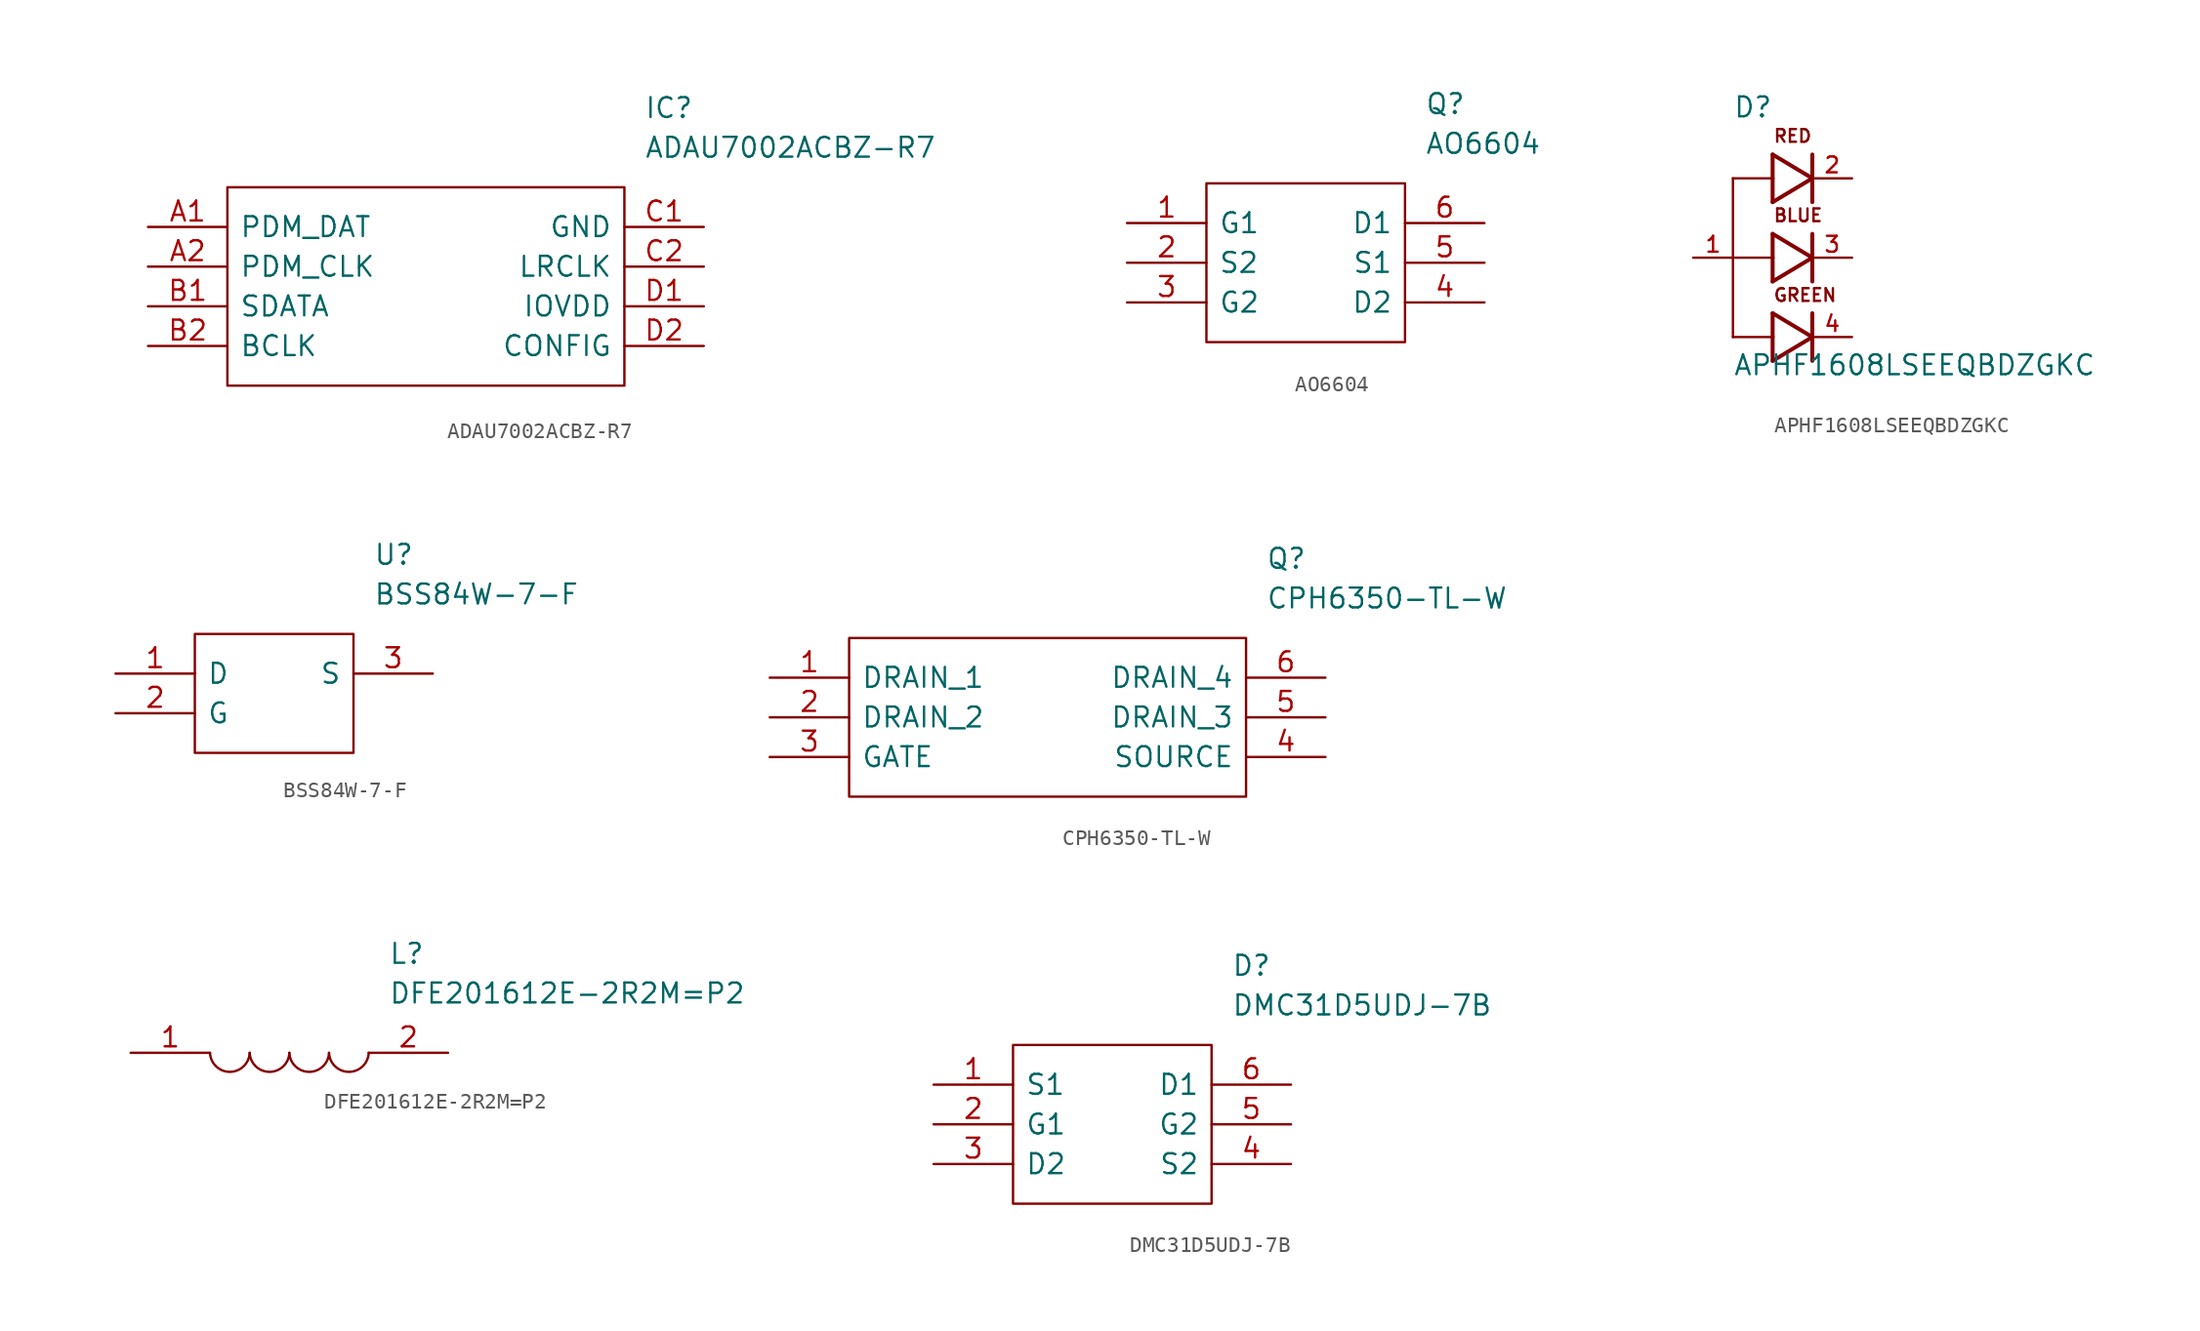
<source format=kicad_sym>
(kicad_symbol_lib
  (version 20211014)
  (generator kicad_symbol_editor)
  (symbol "ADAU7002ACBZ-R7"
    (pin_names
      (offset 0.762))
    (property "Reference" "IC"
      (at 31.75 7.62 0)
      (effects (font (size 1.27 1.27)) (justify left)))
    (property "Value" "ADAU7002ACBZ-R7"
      (at 31.75 5.08 0)
      (effects (font (size 1.27 1.27)) (justify left)))
    (symbol "ADAU7002ACBZ-R7_0_0"
      (pin input line (at 0 0 0) (length 5.08) (name "PDM_DAT" (effects (font (size 1.27 1.27)))) (number "A1" (effects (font (size 1.27 1.27)))))
      (pin output line (at 0 -2.54 0) (length 5.08) (name "PDM_CLK" (effects (font (size 1.27 1.27)))) (number "A2" (effects (font (size 1.27 1.27)))))
      (pin output line (at 0 -5.08 0) (length 5.08) (name "SDATA" (effects (font (size 1.27 1.27)))) (number "B1" (effects (font (size 1.27 1.27)))))
      (pin input line (at 0 -7.62 0) (length 5.08) (name "BCLK" (effects (font (size 1.27 1.27)))) (number "B2" (effects (font (size 1.27 1.27)))))
      (pin power_in line (at 35.56 0 180) (length 5.08) (name "GND" (effects (font (size 1.27 1.27)))) (number "C1" (effects (font (size 1.27 1.27)))))
      (pin input line (at 35.56 -2.54 180) (length 5.08) (name "LRCLK" (effects (font (size 1.27 1.27)))) (number "C2" (effects (font (size 1.27 1.27)))))
      (pin power_in line (at 35.56 -5.08 180) (length 5.08) (name "IOVDD" (effects (font (size 1.27 1.27)))) (number "D1" (effects (font (size 1.27 1.27)))))
      (pin input line (at 35.56 -7.62 180) (length 5.08) (name "CONFIG" (effects (font (size 1.27 1.27)))) (number "D2" (effects (font (size 1.27 1.27))))))
    (symbol "ADAU7002ACBZ-R7_0_1"
      (polyline (pts (xy 5.08 2.54) (xy 30.48 2.54) (xy 30.48 -10.16) (xy 5.08 -10.16) (xy 5.08 2.54)) (stroke (width 0.152) (type default) (color 0 0 0 0)) (fill (type none)))))
  (symbol "AO6604"
    (pin_names
      (offset 0.762))
    (property "Reference" "Q"
      (at 19.05 7.62 0)
      (effects (font (size 1.27 1.27)) (justify left)))
    (property "Value" "AO6604"
      (at 19.05 5.08 0)
      (effects (font (size 1.27 1.27)) (justify left)))
    (symbol "AO6604_0_0"
      (pin passive line (at 0 0 0) (length 5.08) (name "G1" (effects (font (size 1.27 1.27)))) (number "1" (effects (font (size 1.27 1.27)))))
      (pin passive line (at 0 -2.54 0) (length 5.08) (name "S2" (effects (font (size 1.27 1.27)))) (number "2" (effects (font (size 1.27 1.27)))))
      (pin passive line (at 0 -5.08 0) (length 5.08) (name "G2" (effects (font (size 1.27 1.27)))) (number "3" (effects (font (size 1.27 1.27)))))
      (pin passive line (at 22.86 -5.08 180) (length 5.08) (name "D2" (effects (font (size 1.27 1.27)))) (number "4" (effects (font (size 1.27 1.27)))))
      (pin passive line (at 22.86 -2.54 180) (length 5.08) (name "S1" (effects (font (size 1.27 1.27)))) (number "5" (effects (font (size 1.27 1.27)))))
      (pin passive line (at 22.86 0 180) (length 5.08) (name "D1" (effects (font (size 1.27 1.27)))) (number "6" (effects (font (size 1.27 1.27))))))
    (symbol "AO6604_0_1"
      (polyline (pts (xy 5.08 2.54) (xy 17.78 2.54) (xy 17.78 -7.62) (xy 5.08 -7.62) (xy 5.08 2.54)) (stroke (width 0.152) (type default) (color 0 0 0 0)) (fill (type none)))))
  (symbol "APHF1608LSEEQBDZGKC"
    (pin_names
      (offset 1.016) hide)
    (property "Reference" "D"
      (at -2.54 8.89 0)
      (effects (font (size 1.27 1.27)) (justify left bottom)))
    (property "Value" "APHF1608LSEEQBDZGKC"
      (at -2.54 -7.62 0)
      (effects (font (size 1.27 1.27)) (justify left bottom)))
    (property "ki_locked" ""
      (at 0 0 0)
      (effects (font (size 1.27 1.27))))
    (symbol "APHF1608LSEEQBDZGKC_0_0"
      (polyline (pts (xy -2.54 -5.08) (xy -2.54 0)) (stroke (width 0.152) (type default) (color 0 0 0 0)) (fill (type none)))
      (polyline (pts (xy -2.54 0) (xy -2.54 5.08)) (stroke (width 0.152) (type default) (color 0 0 0 0)) (fill (type none)))
      (polyline (pts (xy -2.54 0) (xy 0 0)) (stroke (width 0.152) (type default) (color 0 0 0 0)) (fill (type none)))
      (polyline (pts (xy -2.54 5.08) (xy 0 5.08)) (stroke (width 0.152) (type default) (color 0 0 0 0)) (fill (type none)))
      (polyline (pts (xy 0 -6.604) (xy 0 -5.08)) (stroke (width 0.254) (type default) (color 0 0 0 0)) (fill (type none)))
      (polyline (pts (xy 0 -5.08) (xy -2.54 -5.08)) (stroke (width 0.152) (type default) (color 0 0 0 0)) (fill (type none)))
      (polyline (pts (xy 0 -5.08) (xy 0 -3.556)) (stroke (width 0.254) (type default) (color 0 0 0 0)) (fill (type none)))
      (polyline (pts (xy 0 -3.556) (xy 2.54 -5.08)) (stroke (width 0.254) (type default) (color 0 0 0 0)) (fill (type none)))
      (polyline (pts (xy 0 -1.524) (xy 0 0)) (stroke (width 0.254) (type default) (color 0 0 0 0)) (fill (type none)))
      (polyline (pts (xy 0 0) (xy 0 1.524)) (stroke (width 0.254) (type default) (color 0 0 0 0)) (fill (type none)))
      (polyline (pts (xy 0 1.524) (xy 2.54 0)) (stroke (width 0.254) (type default) (color 0 0 0 0)) (fill (type none)))
      (polyline (pts (xy 0 3.556) (xy 0 5.08)) (stroke (width 0.254) (type default) (color 0 0 0 0)) (fill (type none)))
      (polyline (pts (xy 0 5.08) (xy 0 6.604)) (stroke (width 0.254) (type default) (color 0 0 0 0)) (fill (type none)))
      (polyline (pts (xy 0 6.604) (xy 2.54 5.08)) (stroke (width 0.254) (type default) (color 0 0 0 0)) (fill (type none)))
      (polyline (pts (xy 2.54 -6.604) (xy 2.54 -3.556)) (stroke (width 0.254) (type default) (color 0 0 0 0)) (fill (type none)))
      (polyline (pts (xy 2.54 -5.08) (xy 0 -6.604)) (stroke (width 0.254) (type default) (color 0 0 0 0)) (fill (type none)))
      (polyline (pts (xy 2.54 -1.524) (xy 2.54 1.524)) (stroke (width 0.254) (type default) (color 0 0 0 0)) (fill (type none)))
      (polyline (pts (xy 2.54 0) (xy 0 -1.524)) (stroke (width 0.254) (type default) (color 0 0 0 0)) (fill (type none)))
      (polyline (pts (xy 2.54 3.556) (xy 2.54 6.604)) (stroke (width 0.254) (type default) (color 0 0 0 0)) (fill (type none)))
      (polyline (pts (xy 2.54 5.08) (xy 0 3.556)) (stroke (width 0.254) (type default) (color 0 0 0 0)) (fill (type none)))
      (text "BLUE" (at 0 2.235 0) (effects (font (size 0.813 0.813)) (justify left bottom)))
      (text "GREEN" (at 0 -2.87 0) (effects (font (size 0.813 0.813)) (justify left bottom)))
      (text "RED" (at 0 7.315 0) (effects (font (size 0.813 0.813)) (justify left bottom)))
      (pin passive line (at -5.08 0 0) (length 2.54) (name "~" (effects (font (size 1.016 1.016)))) (number "1" (effects (font (size 1.016 1.016)))))
      (pin passive line (at 5.08 5.08 180) (length 2.54) (name "~" (effects (font (size 1.016 1.016)))) (number "2" (effects (font (size 1.016 1.016)))))
      (pin passive line (at 5.08 0 180) (length 2.54) (name "~" (effects (font (size 1.016 1.016)))) (number "3" (effects (font (size 1.016 1.016)))))
      (pin passive line (at 5.08 -5.08 180) (length 2.54) (name "~" (effects (font (size 1.016 1.016)))) (number "4" (effects (font (size 1.016 1.016)))))))
  (symbol "BSS84W-7-F"
    (pin_names
      (offset 0.762))
    (property "Reference" "U"
      (at 16.51 7.62 0)
      (effects (font (size 1.27 1.27)) (justify left)))
    (property "Value" "BSS84W-7-F"
      (at 16.51 5.08 0)
      (effects (font (size 1.27 1.27)) (justify left)))
    (symbol "BSS84W-7-F_0_0"
      (pin passive line (at 0 0 0) (length 5.08) (name "D" (effects (font (size 1.27 1.27)))) (number "1" (effects (font (size 1.27 1.27)))))
      (pin passive line (at 0 -2.54 0) (length 5.08) (name "G" (effects (font (size 1.27 1.27)))) (number "2" (effects (font (size 1.27 1.27)))))
      (pin passive line (at 20.32 0 180) (length 5.08) (name "S" (effects (font (size 1.27 1.27)))) (number "3" (effects (font (size 1.27 1.27))))))
    (symbol "BSS84W-7-F_0_1"
      (polyline (pts (xy 5.08 2.54) (xy 15.24 2.54) (xy 15.24 -5.08) (xy 5.08 -5.08) (xy 5.08 2.54)) (stroke (width 0.152) (type default) (color 0 0 0 0)) (fill (type none)))))
  (symbol "CPH6350-TL-W"
    (pin_names
      (offset 0.762))
    (property "Reference" "Q"
      (at 31.75 7.62 0)
      (effects (font (size 1.27 1.27)) (justify left)))
    (property "Value" "CPH6350-TL-W"
      (at 31.75 5.08 0)
      (effects (font (size 1.27 1.27)) (justify left)))
    (symbol "CPH6350-TL-W_0_0"
      (pin passive line (at 0 0 0) (length 5.08) (name "DRAIN_1" (effects (font (size 1.27 1.27)))) (number "1" (effects (font (size 1.27 1.27)))))
      (pin passive line (at 0 -2.54 0) (length 5.08) (name "DRAIN_2" (effects (font (size 1.27 1.27)))) (number "2" (effects (font (size 1.27 1.27)))))
      (pin passive line (at 0 -5.08 0) (length 5.08) (name "GATE" (effects (font (size 1.27 1.27)))) (number "3" (effects (font (size 1.27 1.27)))))
      (pin passive line (at 35.56 -5.08 180) (length 5.08) (name "SOURCE" (effects (font (size 1.27 1.27)))) (number "4" (effects (font (size 1.27 1.27)))))
      (pin passive line (at 35.56 -2.54 180) (length 5.08) (name "DRAIN_3" (effects (font (size 1.27 1.27)))) (number "5" (effects (font (size 1.27 1.27)))))
      (pin passive line (at 35.56 0 180) (length 5.08) (name "DRAIN_4" (effects (font (size 1.27 1.27)))) (number "6" (effects (font (size 1.27 1.27))))))
    (symbol "CPH6350-TL-W_0_1"
      (polyline (pts (xy 5.08 2.54) (xy 30.48 2.54) (xy 30.48 -7.62) (xy 5.08 -7.62) (xy 5.08 2.54)) (stroke (width 0.152) (type default) (color 0 0 0 0)) (fill (type none)))))
  (symbol "DFE201612E-2R2M=P2"
    (pin_names
      (offset 0.762))
    (property "Reference" "L"
      (at 16.51 6.35 0)
      (effects (font (size 1.27 1.27)) (justify left)))
    (property "Value" "DFE201612E-2R2M=P2"
      (at 16.51 3.81 0)
      (effects (font (size 1.27 1.27)) (justify left)))
    (symbol "DFE201612E-2R2M=P2_0_0"
      (pin passive line (at 0 0 0) (length 5.08) (name "~" (effects (font (size 1.27 1.27)))) (number "1" (effects (font (size 1.27 1.27)))))
      (pin passive line (at 20.32 0 180) (length 5.08) (name "~" (effects (font (size 1.27 1.27)))) (number "2" (effects (font (size 1.27 1.27))))))
    (symbol "DFE201612E-2R2M=P2_0_1"
      (arc (start 5.08 0) (mid 6.35 -1.3218) (end 7.62 0) (stroke (width 0.1524) (type default) (color 0 0 0 0)) (fill (type none)))
      (arc (start 7.62 0) (mid 8.89 -1.3218) (end 10.16 0) (stroke (width 0.1524) (type default) (color 0 0 0 0)) (fill (type none)))
      (arc (start 10.16 0) (mid 11.43 -1.3218) (end 12.7 0) (stroke (width 0.1524) (type default) (color 0 0 0 0)) (fill (type none)))
      (arc (start 12.7 0) (mid 13.97 -1.3218) (end 15.24 0) (stroke (width 0.1524) (type default) (color 0 0 0 0)) (fill (type none)))))
  (symbol "DMC31D5UDJ-7B"
    (pin_names
      (offset 0.762))
    (property "Reference" "D"
      (at 19.05 7.62 0)
      (effects (font (size 1.27 1.27)) (justify left)))
    (property "Value" "DMC31D5UDJ-7B"
      (at 19.05 5.08 0)
      (effects (font (size 1.27 1.27)) (justify left)))
    (symbol "DMC31D5UDJ-7B_0_0"
      (pin passive line (at 0 0 0) (length 5.08) (name "S1" (effects (font (size 1.27 1.27)))) (number "1" (effects (font (size 1.27 1.27)))))
      (pin passive line (at 0 -2.54 0) (length 5.08) (name "G1" (effects (font (size 1.27 1.27)))) (number "2" (effects (font (size 1.27 1.27)))))
      (pin passive line (at 0 -5.08 0) (length 5.08) (name "D2" (effects (font (size 1.27 1.27)))) (number "3" (effects (font (size 1.27 1.27)))))
      (pin passive line (at 22.86 -5.08 180) (length 5.08) (name "S2" (effects (font (size 1.27 1.27)))) (number "4" (effects (font (size 1.27 1.27)))))
      (pin passive line (at 22.86 -2.54 180) (length 5.08) (name "G2" (effects (font (size 1.27 1.27)))) (number "5" (effects (font (size 1.27 1.27)))))
      (pin passive line (at 22.86 0 180) (length 5.08) (name "D1" (effects (font (size 1.27 1.27)))) (number "6" (effects (font (size 1.27 1.27))))))
    (symbol "DMC31D5UDJ-7B_0_1"
      (polyline (pts (xy 5.08 2.54) (xy 17.78 2.54) (xy 17.78 -7.62) (xy 5.08 -7.62) (xy 5.08 2.54)) (stroke (width 0.152) (type default) (color 0 0 0 0)) (fill (type none))))))
</source>
